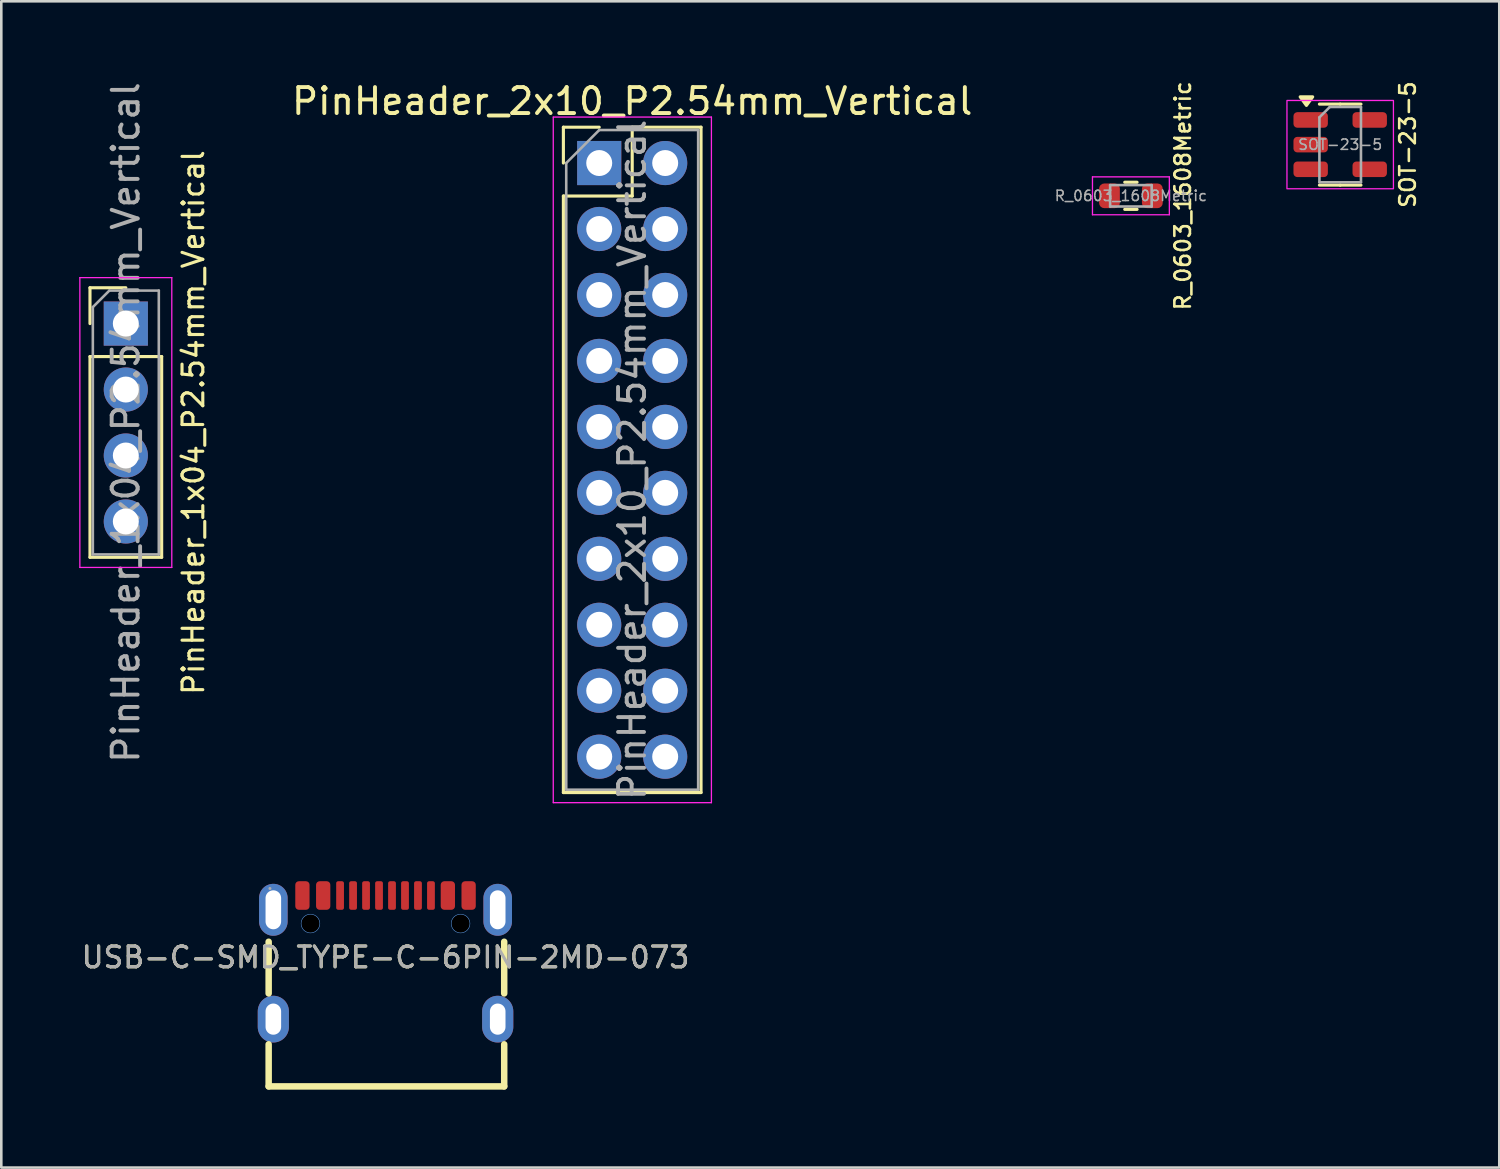
<source format=kicad_pcb>
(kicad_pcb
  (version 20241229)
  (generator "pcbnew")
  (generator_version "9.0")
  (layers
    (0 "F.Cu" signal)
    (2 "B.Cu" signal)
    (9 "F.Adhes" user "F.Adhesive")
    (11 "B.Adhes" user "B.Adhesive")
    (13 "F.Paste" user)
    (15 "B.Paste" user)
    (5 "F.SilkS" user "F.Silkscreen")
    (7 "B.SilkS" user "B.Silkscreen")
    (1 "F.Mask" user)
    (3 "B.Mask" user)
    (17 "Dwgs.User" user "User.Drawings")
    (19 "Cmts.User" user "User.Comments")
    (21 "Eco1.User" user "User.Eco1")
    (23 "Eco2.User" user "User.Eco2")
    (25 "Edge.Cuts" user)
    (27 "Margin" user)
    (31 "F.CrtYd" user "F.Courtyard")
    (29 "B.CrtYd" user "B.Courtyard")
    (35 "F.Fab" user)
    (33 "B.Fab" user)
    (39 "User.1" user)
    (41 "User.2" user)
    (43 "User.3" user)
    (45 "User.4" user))
  (footprint "PinHeader_2x10_P2.54mm_Vertical"
    (layer "F.Cu")
    (at 20.024 3.228)
    (property "Reference" "PinHeader_2x10_P2.54mm_Vertical" (at 1.27 -2.38 180) (layer "F.SilkS") (effects (font (size 1 1) (thickness 0.15))))
    (attr through_hole)
    (fp_line (start -1.38 -1.38) (end 0 -1.38) (stroke (width 0.12) (type solid)) (layer "F.SilkS"))
    (fp_line (start -1.38 0) (end -1.38 -1.38) (stroke (width 0.12) (type solid)) (layer "F.SilkS"))
    (fp_line (start -1.38 1.27) (end -1.38 24.24) (stroke (width 0.12) (type solid)) (layer "F.SilkS"))
    (fp_line (start -1.38 1.27) (end 1.27 1.27) (stroke (width 0.12) (type solid)) (layer "F.SilkS"))
    (fp_line (start -1.38 24.24) (end 3.92 24.24) (stroke (width 0.12) (type solid)) (layer "F.SilkS"))
    (fp_line (start 1.27 -1.38) (end 3.92 -1.38) (stroke (width 0.12) (type solid)) (layer "F.SilkS"))
    (fp_line (start 1.27 1.27) (end 1.27 -1.38) (stroke (width 0.12) (type solid)) (layer "F.SilkS"))
    (fp_line (start 3.92 -1.38) (end 3.92 24.24) (stroke (width 0.12) (type solid)) (layer "F.SilkS"))
    (fp_line (start -1.77 -1.77) (end -1.77 24.63) (stroke (width 0.05) (type solid)) (layer "F.CrtYd"))
    (fp_line (start -1.77 24.63) (end 4.32 24.63) (stroke (width 0.05) (type solid)) (layer "F.CrtYd"))
    (fp_line (start 4.32 -1.77) (end -1.77 -1.77) (stroke (width 0.05) (type solid)) (layer "F.CrtYd"))
    (fp_line (start 4.32 24.63) (end 4.32 -1.77) (stroke (width 0.05) (type solid)) (layer "F.CrtYd"))
    (fp_line (start -1.27 0) (end 0 -1.27) (stroke (width 0.1) (type solid)) (layer "F.Fab"))
    (fp_line (start -1.27 24.13) (end -1.27 0) (stroke (width 0.1) (type solid)) (layer "F.Fab"))
    (fp_line (start 0 -1.27) (end 3.81 -1.27) (stroke (width 0.1) (type solid)) (layer "F.Fab"))
    (fp_line (start 3.81 -1.27) (end 3.81 24.13) (stroke (width 0.1) (type solid)) (layer "F.Fab"))
    (fp_line (start 3.81 24.13) (end -1.27 24.13) (stroke (width 0.1) (type solid)) (layer "F.Fab"))
    (fp_text user "${REFERENCE}" (at 1.27 11.43 90) (layer "F.Fab") (effects (font (size 1 1) (thickness 0.15))))
    (pad "1" thru_hole rect (at 0 0) (size 1.7 1.7) (drill 1) (layers "*.Cu" "*.Mask"))
    (pad "2" thru_hole circle (at 2.54 0) (size 1.7 1.7) (drill 1) (layers "*.Cu" "*.Mask"))
    (pad "3" thru_hole circle (at 0 2.54) (size 1.7 1.7) (drill 1) (layers "*.Cu" "*.Mask"))
    (pad "4" thru_hole circle (at 2.54 2.54) (size 1.7 1.7) (drill 1) (layers "*.Cu" "*.Mask"))
    (pad "5" thru_hole circle (at 0 5.08) (size 1.7 1.7) (drill 1) (layers "*.Cu" "*.Mask"))
    (pad "6" thru_hole circle (at 2.54 5.08) (size 1.7 1.7) (drill 1) (layers "*.Cu" "*.Mask"))
    (pad "7" thru_hole circle (at 0 7.62) (size 1.7 1.7) (drill 1) (layers "*.Cu" "*.Mask"))
    (pad "8" thru_hole circle (at 2.54 7.62) (size 1.7 1.7) (drill 1) (layers "*.Cu" "*.Mask"))
    (pad "9" thru_hole circle (at 0 10.16) (size 1.7 1.7) (drill 1) (layers "*.Cu" "*.Mask"))
    (pad "10" thru_hole circle (at 2.54 10.16) (size 1.7 1.7) (drill 1) (layers "*.Cu" "*.Mask"))
    (pad "11" thru_hole circle (at 0 12.7) (size 1.7 1.7) (drill 1) (layers "*.Cu" "*.Mask"))
    (pad "12" thru_hole circle (at 2.54 12.7) (size 1.7 1.7) (drill 1) (layers "*.Cu" "*.Mask"))
    (pad "13" thru_hole circle (at 0 15.24) (size 1.7 1.7) (drill 1) (layers "*.Cu" "*.Mask"))
    (pad "14" thru_hole circle (at 2.54 15.24) (size 1.7 1.7) (drill 1) (layers "*.Cu" "*.Mask"))
    (pad "15" thru_hole circle (at 0 17.78) (size 1.7 1.7) (drill 1) (layers "*.Cu" "*.Mask"))
    (pad "16" thru_hole circle (at 2.54 17.78) (size 1.7 1.7) (drill 1) (layers "*.Cu" "*.Mask"))
    (pad "17" thru_hole circle (at 0 20.32) (size 1.7 1.7) (drill 1) (layers "*.Cu" "*.Mask"))
    (pad "18" thru_hole circle (at 2.54 20.32) (size 1.7 1.7) (drill 1) (layers "*.Cu" "*.Mask"))
    (pad "19" thru_hole circle (at 0 22.86) (size 1.7 1.7) (drill 1) (layers "*.Cu" "*.Mask"))
    (pad "20" thru_hole circle (at 2.54 22.86) (size 1.7 1.7) (drill 1) (layers "*.Cu" "*.Mask")))
  (footprint "R_0603_1608Metric"
    (layer "F.Cu")
    (at 40.497 4.49)
    (property "Reference" "R_0603_1608Metric" (at 2 0 90) (layer "F.SilkS") (effects (font (size 0.6 0.6) (thickness 0.1))))
    (attr smd)
    (fp_line (start -0.237 -0.522) (end 0.237 -0.522) (stroke (width 0.12) (type solid)) (layer "F.SilkS"))
    (fp_line (start -0.237 0.522) (end 0.237 0.522) (stroke (width 0.12) (type solid)) (layer "F.SilkS"))
    (fp_line (start -1.48 -0.73) (end 1.48 -0.73) (stroke (width 0.05) (type solid)) (layer "F.CrtYd"))
    (fp_line (start -1.48 0.73) (end -1.48 -0.73) (stroke (width 0.05) (type solid)) (layer "F.CrtYd"))
    (fp_line (start 1.48 -0.73) (end 1.48 0.73) (stroke (width 0.05) (type solid)) (layer "F.CrtYd"))
    (fp_line (start 1.48 0.73) (end -1.48 0.73) (stroke (width 0.05) (type solid)) (layer "F.CrtYd"))
    (fp_line (start -0.8 -0.412) (end 0.8 -0.412) (stroke (width 0.1) (type solid)) (layer "F.Fab"))
    (fp_line (start -0.8 0.412) (end -0.8 -0.412) (stroke (width 0.1) (type solid)) (layer "F.Fab"))
    (fp_line (start 0.8 -0.412) (end 0.8 0.412) (stroke (width 0.1) (type solid)) (layer "F.Fab"))
    (fp_line (start 0.8 0.412) (end -0.8 0.412) (stroke (width 0.1) (type solid)) (layer "F.Fab"))
    (fp_text user "${REFERENCE}" (at 0 0 0) (layer "F.Fab") (effects (font (size 0.4 0.4) (thickness 0.06))))
    (pad "1" smd roundrect (at -0.825 0) (size 0.8 0.95) (layers "F.Cu" "F.Mask" "F.Paste") (roundrect_rratio 0.25))
    (pad "2" smd roundrect (at 0.825 0) (size 0.8 0.95) (layers "F.Cu" "F.Mask" "F.Paste") (roundrect_rratio 0.25)))
  (footprint "PinHeader_1x04_P2.54mm_Vertical"
    (layer "F.Cu")
    (at 1.795 9.41)
    (property "Reference" "PinHeader_1x04_P2.54mm_Vertical" (at 2.6 3.81 90) (layer "F.SilkS") (effects (font (size 0.8 0.8) (thickness 0.12))))
    (attr through_hole)
    (fp_line (start -1.38 -1.38) (end 0 -1.38) (stroke (width 0.12) (type solid)) (layer "F.SilkS"))
    (fp_line (start -1.38 0) (end -1.38 -1.38) (stroke (width 0.12) (type solid)) (layer "F.SilkS"))
    (fp_line (start -1.38 1.27) (end -1.38 9) (stroke (width 0.12) (type solid)) (layer "F.SilkS"))
    (fp_line (start -1.38 1.27) (end 1.38 1.27) (stroke (width 0.12) (type solid)) (layer "F.SilkS"))
    (fp_line (start -1.38 9) (end 1.38 9) (stroke (width 0.12) (type solid)) (layer "F.SilkS"))
    (fp_line (start 1.38 1.27) (end 1.38 9) (stroke (width 0.12) (type solid)) (layer "F.SilkS"))
    (fp_line (start -1.77 -1.77) (end -1.77 9.39) (stroke (width 0.05) (type solid)) (layer "F.CrtYd"))
    (fp_line (start -1.77 9.39) (end 1.77 9.39) (stroke (width 0.05) (type solid)) (layer "F.CrtYd"))
    (fp_line (start 1.77 -1.77) (end -1.77 -1.77) (stroke (width 0.05) (type solid)) (layer "F.CrtYd"))
    (fp_line (start 1.77 9.39) (end 1.77 -1.77) (stroke (width 0.05) (type solid)) (layer "F.CrtYd"))
    (fp_line (start -1.27 -0.635) (end -0.635 -1.27) (stroke (width 0.1) (type solid)) (layer "F.Fab"))
    (fp_line (start -1.27 8.89) (end -1.27 -0.635) (stroke (width 0.1) (type solid)) (layer "F.Fab"))
    (fp_line (start -0.635 -1.27) (end 1.27 -1.27) (stroke (width 0.1) (type solid)) (layer "F.Fab"))
    (fp_line (start 1.27 -1.27) (end 1.27 8.89) (stroke (width 0.1) (type solid)) (layer "F.Fab"))
    (fp_line (start 1.27 8.89) (end -1.27 8.89) (stroke (width 0.1) (type solid)) (layer "F.Fab"))
    (fp_text user "${REFERENCE}" (at 0 3.81 90) (layer "F.Fab") (effects (font (size 1 1) (thickness 0.15))))
    (pad "1" thru_hole rect (at 0 0) (size 1.7 1.7) (drill 1) (layers "*.Cu" "*.Mask"))
    (pad "2" thru_hole circle (at 0 2.54) (size 1.7 1.7) (drill 1) (layers "*.Cu" "*.Mask"))
    (pad "3" thru_hole circle (at 0 5.08) (size 1.7 1.7) (drill 1) (layers "*.Cu" "*.Mask"))
    (pad "4" thru_hole circle (at 0 7.62) (size 1.7 1.7) (drill 1) (layers "*.Cu" "*.Mask")))
  (footprint "SOT-23-5"
    (layer "F.Cu")
    (at 48.556 2.519)
    (property "Reference" "SOT-23-5" (at 2.6 0 270) (layer "F.SilkS") (effects (font (size 0.6 0.6) (thickness 0.1))))
    (attr smd)
    (fp_line (start 0 -1.56) (end -0.8 -1.56) (stroke (width 0.12) (type solid)) (layer "F.SilkS"))
    (fp_line (start 0 -1.56) (end 0.8 -1.56) (stroke (width 0.12) (type solid)) (layer "F.SilkS"))
    (fp_line (start 0 1.56) (end -0.8 1.56) (stroke (width 0.12) (type solid)) (layer "F.SilkS"))
    (fp_line (start 0 1.56) (end 0.8 1.56) (stroke (width 0.12) (type solid)) (layer "F.SilkS"))
    (fp_poly (pts (xy -1.3 -1.51) (xy -1.54 -1.84) (xy -1.06 -1.84)) (stroke (width 0.12) (type solid)) (fill yes) (layer "F.SilkS"))
    (fp_rect (start -2.05 -1.7) (end 2.05 1.7) (stroke (width 0.05) (type solid)) (fill no) (layer "F.CrtYd"))
    (fp_line (start -0.8 -1.05) (end -0.4 -1.45) (stroke (width 0.1) (type solid)) (layer "F.Fab"))
    (fp_line (start -0.8 1.45) (end -0.8 -1.05) (stroke (width 0.1) (type solid)) (layer "F.Fab"))
    (fp_line (start -0.4 -1.45) (end 0.8 -1.45) (stroke (width 0.1) (type solid)) (layer "F.Fab"))
    (fp_line (start 0.8 -1.45) (end 0.8 1.45) (stroke (width 0.1) (type solid)) (layer "F.Fab"))
    (fp_line (start 0.8 1.45) (end -0.8 1.45) (stroke (width 0.1) (type solid)) (layer "F.Fab"))
    (fp_text user "${REFERENCE}" (at 0 0 180) (layer "F.Fab") (effects (font (size 0.4 0.4) (thickness 0.06))))
    (pad "1" smd roundrect (at -1.137 -0.95) (size 1.325 0.6) (layers "F.Cu" "F.Mask" "F.Paste") (roundrect_rratio 0.25))
    (pad "2" smd roundrect (at -1.137 0) (size 1.325 0.6) (layers "F.Cu" "F.Mask" "F.Paste") (roundrect_rratio 0.25))
    (pad "3" smd roundrect (at -1.137 0.95) (size 1.325 0.6) (layers "F.Cu" "F.Mask" "F.Paste") (roundrect_rratio 0.25))
    (pad "4" smd roundrect (at 1.137 0.95) (size 1.325 0.6) (layers "F.Cu" "F.Mask" "F.Paste") (roundrect_rratio 0.25))
    (pad "5" smd roundrect (at 1.137 -0.95) (size 1.325 0.6) (layers "F.Cu" "F.Mask" "F.Paste") (roundrect_rratio 0.25)))
  (footprint "USB-C-SMD_TYPE-C-6PIN-2MD-073"
    (layer "F.Cu")
    (at 11.795 33.813)
    (property "Reference" "USB-C-SMD_TYPE-C-6PIN-2MD-073" (at 0 0 180) (layer "F.SilkS") (effects (font (size 0.8 0.8) (thickness 0.12))))
    (attr smd)
    (fp_line (start -4.5 1.39) (end -4.5 -0.6) (stroke (width 0.25) (type solid)) (layer "F.SilkS"))
    (fp_line (start -4.5 4.97) (end -4.5 3.35) (stroke (width 0.25) (type solid)) (layer "F.SilkS"))
    (fp_line (start 4.57 1.39) (end 4.57 -0.6) (stroke (width 0.25) (type solid)) (layer "F.SilkS"))
    (fp_line (start 4.57 4.97) (end -4.5 4.97) (stroke (width 0.25) (type solid)) (layer "F.SilkS"))
    (fp_line (start 4.57 4.97) (end 4.57 3.35) (stroke (width 0.25) (type solid)) (layer "F.SilkS"))
    (fp_circle (center -2.89 -1.3) (end -2.77 -1.3) (stroke (width 0.25) (type solid)) (fill no) (layer "Cmts.User"))
    (fp_circle (center 2.89 -1.3) (end 3.01 -1.3) (stroke (width 0.25) (type solid)) (fill no) (layer "Cmts.User"))
    (fp_circle (center -4.45 -2.65) (end -4.42 -2.65) (stroke (width 0.06) (type solid)) (fill no) (layer "F.Fab"))
    (fp_text user "${REFERENCE}" (at 0 0 0) (layer "F.Fab") (effects (font (size 0.8 0.8) (thickness 0.12))))
    (pad "" np_thru_hole circle (at -2.89 -1.3) (size 0.7 0.7) (drill 0.7) (layers "*.Mask"))
    (pad "" np_thru_hole circle (at 2.89 -1.3) (size 0.7 0.7) (drill 0.7) (layers "*.Mask"))
    (pad "1" smd roundrect (at -3.2 -2.38) (size 0.55 1.1) (layers "F.Cu" "F.Mask" "F.Paste") (roundrect_rratio 0.25))
    (pad "2" smd roundrect (at -2.4 -2.38) (size 0.55 1.1) (layers "F.Cu" "F.Mask" "F.Paste") (roundrect_rratio 0.25))
    (pad "3" smd roundrect (at -1.75 -2.38) (size 0.3 1.1) (layers "F.Cu" "F.Mask" "F.Paste") (roundrect_rratio 0.25))
    (pad "4" smd roundrect (at -1.25 -2.38) (size 0.3 1.1) (layers "F.Cu" "F.Mask" "F.Paste") (roundrect_rratio 0.25))
    (pad "5" smd roundrect (at -0.75 -2.38) (size 0.3 1.1) (layers "F.Cu" "F.Mask" "F.Paste") (roundrect_rratio 0.25))
    (pad "6" smd roundrect (at -0.25 -2.38) (size 0.3 1.1) (layers "F.Cu" "F.Mask" "F.Paste") (roundrect_rratio 0.25))
    (pad "7" smd roundrect (at 0.25 -2.38) (size 0.3 1.1) (layers "F.Cu" "F.Mask" "F.Paste") (roundrect_rratio 0.25))
    (pad "8" smd roundrect (at 0.75 -2.38) (size 0.3 1.1) (layers "F.Cu" "F.Mask" "F.Paste") (roundrect_rratio 0.25))
    (pad "9" smd roundrect (at 1.25 -2.38) (size 0.3 1.1) (layers "F.Cu" "F.Mask" "F.Paste") (roundrect_rratio 0.25))
    (pad "10" smd roundrect (at 1.75 -2.38) (size 0.3 1.1) (layers "F.Cu" "F.Mask" "F.Paste") (roundrect_rratio 0.25))
    (pad "11" smd roundrect (at 2.4 -2.38) (size 0.55 1.1) (layers "F.Cu" "F.Mask" "F.Paste") (roundrect_rratio 0.25))
    (pad "12" smd roundrect (at 3.2 -2.38) (size 0.55 1.1) (layers "F.Cu" "F.Mask" "F.Paste") (roundrect_rratio 0.25))
    (pad "13" thru_hole oval (at -4.32 -1.83) (size 1.1 2) (drill oval 0.6 1.5) (layers "*.Cu" "*.Mask"))
    (pad "13" thru_hole oval (at -4.32 2.38) (size 1.2 1.8) (drill oval 0.6 1.2) (layers "*.Cu" "*.Mask"))
    (pad "14" thru_hole oval (at 4.32 -1.83) (size 1.1 2) (drill oval 0.6 1.5) (layers "*.Cu" "*.Mask"))
    (pad "14" thru_hole oval (at 4.32 2.38) (size 1.2 1.8) (drill oval 0.6 1.2) (layers "*.Cu" "*.Mask")))
  (gr_rect
    (start -3 -3)
    (end 54.682 41.908)
    (stroke (width 0.1) (type default))
    (fill no)
    (layer "Edge.Cuts")))
</source>
